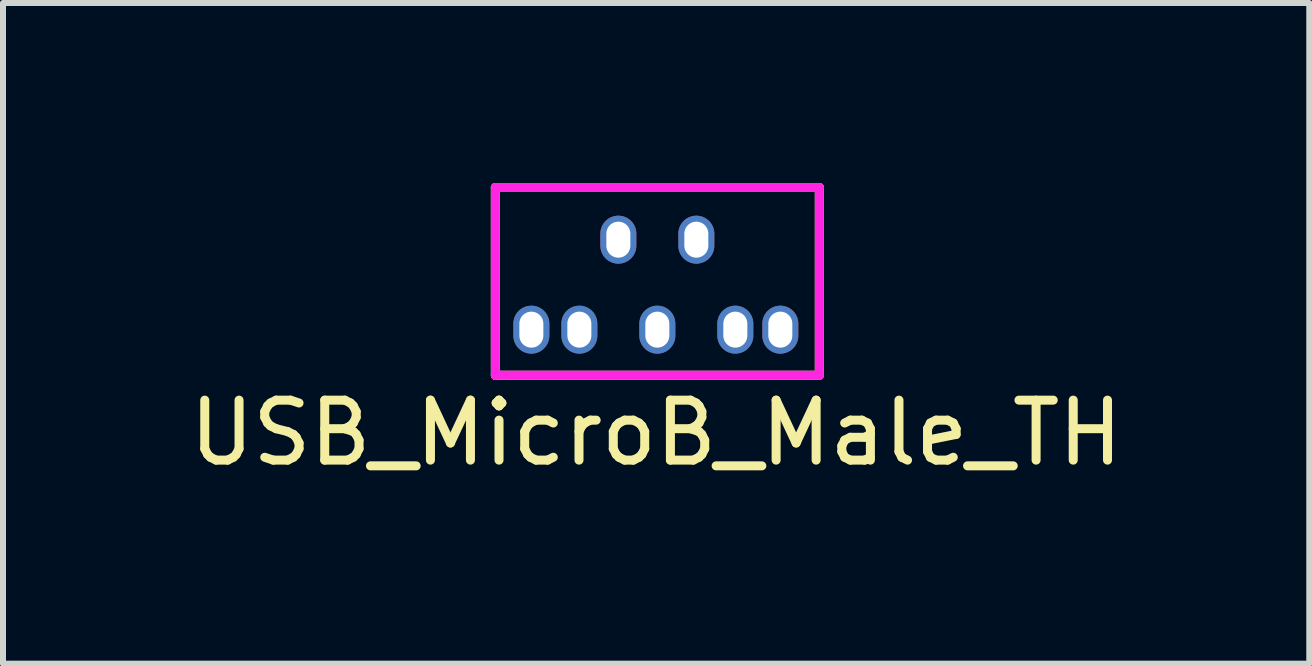
<source format=kicad_pcb>
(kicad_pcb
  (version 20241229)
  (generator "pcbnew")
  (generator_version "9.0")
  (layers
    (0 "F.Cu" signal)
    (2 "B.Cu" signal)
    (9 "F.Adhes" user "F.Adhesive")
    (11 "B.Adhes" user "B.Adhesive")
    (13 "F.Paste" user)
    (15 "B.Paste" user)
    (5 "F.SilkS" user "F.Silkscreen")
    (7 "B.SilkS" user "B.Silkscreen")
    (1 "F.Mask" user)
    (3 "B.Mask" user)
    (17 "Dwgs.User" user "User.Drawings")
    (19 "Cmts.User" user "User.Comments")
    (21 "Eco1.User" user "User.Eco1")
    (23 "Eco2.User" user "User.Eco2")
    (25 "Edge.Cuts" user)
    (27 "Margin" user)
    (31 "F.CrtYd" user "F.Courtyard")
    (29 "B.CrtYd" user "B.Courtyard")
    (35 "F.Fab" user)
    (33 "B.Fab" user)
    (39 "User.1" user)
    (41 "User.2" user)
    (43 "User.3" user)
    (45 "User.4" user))
  (footprint "USB_MicroB_Male_TH"
    (layer "F.Cu")
    (at 7.907 1.505)
    (property "Reference" "USB_MicroB_Male_TH" (at -0.02 2.66 0) (layer "F.SilkS") (effects (font (size 1 1) (thickness 0.15))))
    (attr through_hole)
    (fp_line (start -2.7 -1.43) (end 2.7 -1.43) (stroke (width 0.15) (type solid)) (layer "F.SilkS"))
    (fp_line (start -2.7 1.7) (end -2.7 -1.43) (stroke (width 0.15) (type solid)) (layer "F.SilkS"))
    (fp_line (start -2.7 1.7) (end 2.7 1.7) (stroke (width 0.15) (type solid)) (layer "F.SilkS"))
    (fp_line (start 2.7 -1.43) (end 2.7 1.7) (stroke (width 0.15) (type solid)) (layer "F.SilkS"))
    (fp_line (start -2.7 -1.43) (end 2.7 -1.43) (stroke (width 0.15) (type solid)) (layer "F.CrtYd"))
    (fp_line (start -2.7 1.7) (end -2.7 -1.43) (stroke (width 0.15) (type solid)) (layer "F.CrtYd"))
    (fp_line (start 2.7 -1.43) (end 2.7 1.7) (stroke (width 0.15) (type solid)) (layer "F.CrtYd"))
    (fp_line (start 2.7 1.7) (end -2.7 1.7) (stroke (width 0.15) (type solid)) (layer "F.CrtYd"))
    (pad "1" thru_hole oval (at -1.3 0.94) (size 0.6 0.8) (drill oval 0.4 0.6) (layers "*.Cu" "*.Mask"))
    (pad "2" thru_hole oval (at -0.65 -0.56) (size 0.6 0.8) (drill oval 0.4 0.6) (layers "*.Cu" "*.Mask"))
    (pad "3" thru_hole oval (at 0 0.94) (size 0.6 0.8) (drill oval 0.4 0.6) (layers "*.Cu" "*.Mask"))
    (pad "4" thru_hole oval (at 0.65 -0.56) (size 0.6 0.8) (drill oval 0.4 0.6) (layers "*.Cu" "*.Mask"))
    (pad "5" thru_hole oval (at 1.3 0.94) (size 0.6 0.8) (drill oval 0.4 0.6) (layers "*.Cu" "*.Mask"))
    (pad "6" thru_hole oval (at -2.1 0.94) (size 0.6 0.8) (drill oval 0.4 0.6) (layers "*.Cu" "*.Mask"))
    (pad "6" thru_hole oval (at 2.05 0.94) (size 0.6 0.8) (drill oval 0.4 0.6) (layers "*.Cu" "*.Mask")))
  (gr_rect
    (start -3 -3)
    (end 18.774 8.013)
    (stroke (width 0.1) (type default))
    (fill no)
    (layer "Edge.Cuts")))
</source>
